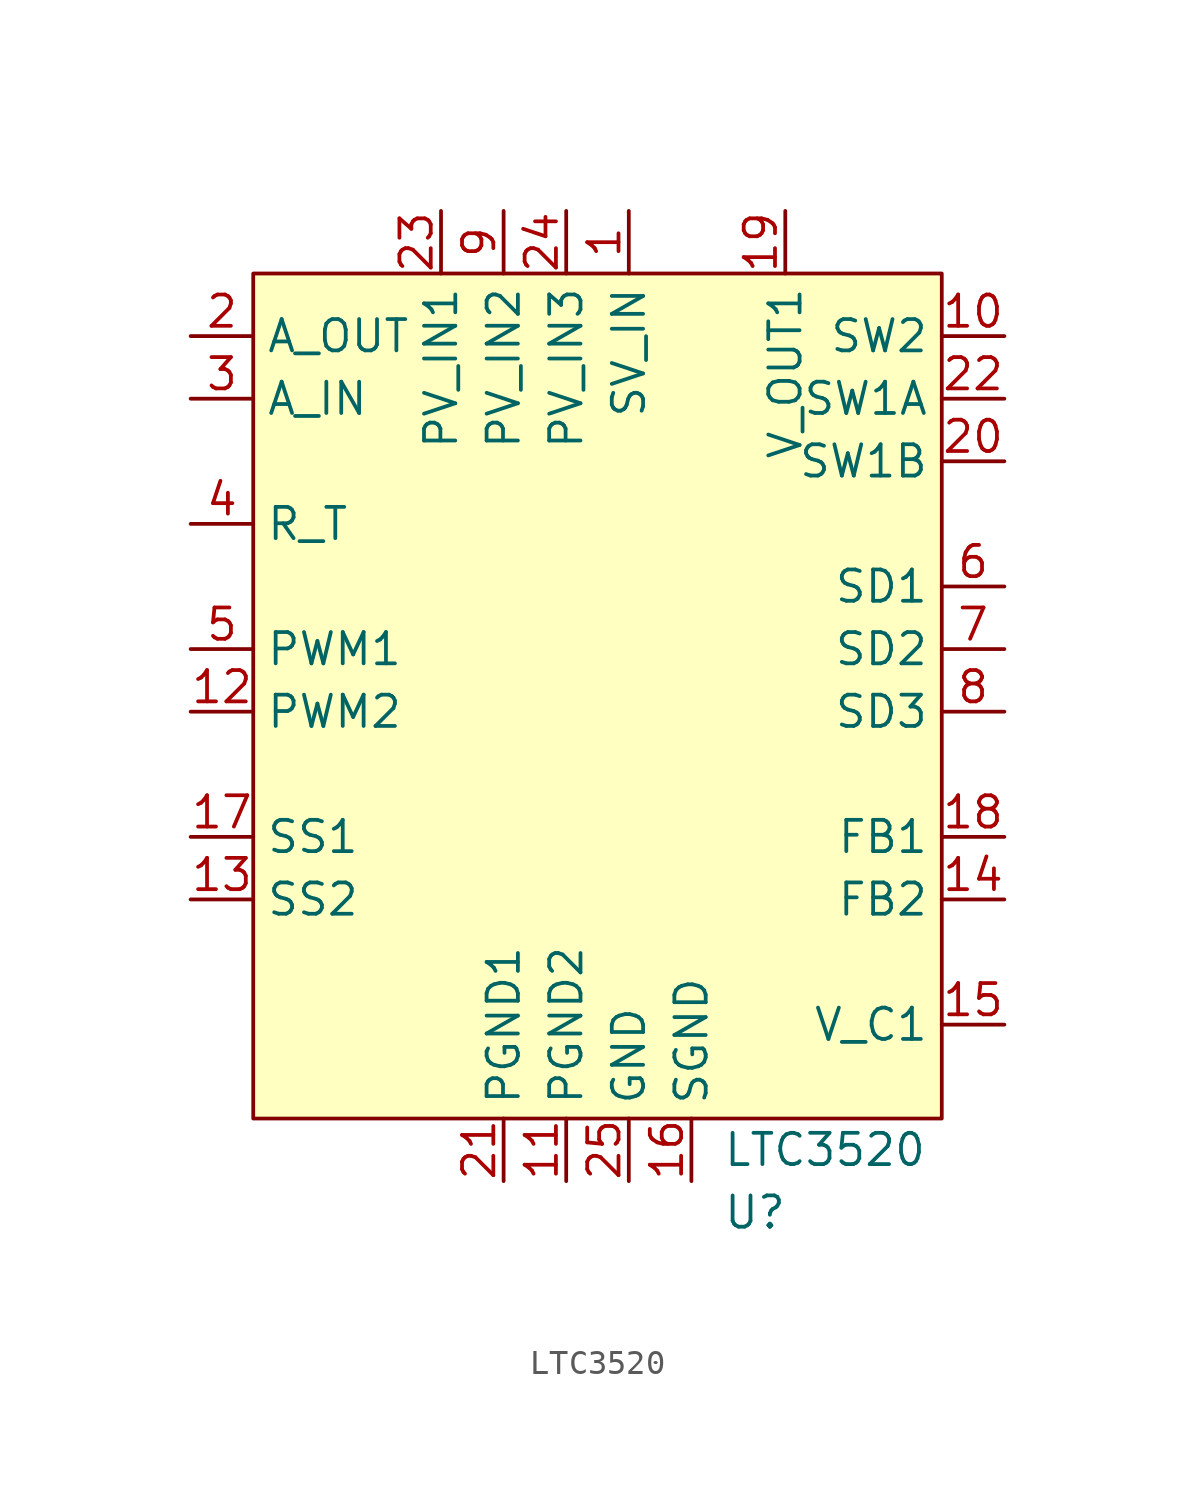
<source format=kicad_sym>
(kicad_symbol_lib
  (version 20220914)
  (generator kicad_symbol_editor)
  (symbol "LTC3520"
    (property "Reference" "U"
      (at 5.08 -38.1 0)
      (effects (font (size 1.27 1.27)) (justify left)))
    (property "Value" "LTC3520"
      (at 5.08 -35.56 0)
      (effects (font (size 1.27 1.27)) (justify left)))
    (property "populate" ""
      (at 0 0 0)
      (effects (font (size 1.27 1.27))))
    (symbol "LTC3520_0_1"
      (rectangle (start -13.97 0) (end 13.97 -34.29) (stroke (width 0) (type default)) (fill (type background))))
    (symbol "LTC3520_1_1"
      (pin power_in line (at 1.27 2.54 270) (length 2.54) (name "SV_IN" (effects (font (size 1.27 1.27)))) (number "1" (effects (font (size 1.27 1.27)))))
      (pin passive line (at 16.51 -2.54 180) (length 2.54) (name "SW2" (effects (font (size 1.27 1.27)))) (number "10" (effects (font (size 1.27 1.27)))))
      (pin passive line (at -1.27 -36.83 90) (length 2.54) (name "PGND2" (effects (font (size 1.27 1.27)))) (number "11" (effects (font (size 1.27 1.27)))))
      (pin passive line (at -16.51 -17.78 0) (length 2.54) (name "PWM2" (effects (font (size 1.27 1.27)))) (number "12" (effects (font (size 1.27 1.27)))))
      (pin passive line (at -16.51 -25.4 0) (length 2.54) (name "SS2" (effects (font (size 1.27 1.27)))) (number "13" (effects (font (size 1.27 1.27)))))
      (pin passive line (at 16.51 -25.4 180) (length 2.54) (name "FB2" (effects (font (size 1.27 1.27)))) (number "14" (effects (font (size 1.27 1.27)))))
      (pin passive line (at 16.51 -30.48 180) (length 2.54) (name "V_C1" (effects (font (size 1.27 1.27)))) (number "15" (effects (font (size 1.27 1.27)))))
      (pin passive line (at 3.81 -36.83 90) (length 2.54) (name "SGND" (effects (font (size 1.27 1.27)))) (number "16" (effects (font (size 1.27 1.27)))))
      (pin passive line (at -16.51 -22.86 0) (length 2.54) (name "SS1" (effects (font (size 1.27 1.27)))) (number "17" (effects (font (size 1.27 1.27)))))
      (pin passive line (at 16.51 -22.86 180) (length 2.54) (name "FB1" (effects (font (size 1.27 1.27)))) (number "18" (effects (font (size 1.27 1.27)))))
      (pin power_out line (at 7.62 2.54 270) (length 2.54) (name "V_OUT1" (effects (font (size 1.27 1.27)))) (number "19" (effects (font (size 1.27 1.27)))))
      (pin output line (at -16.51 -2.54 0) (length 2.54) (name "A_OUT" (effects (font (size 1.27 1.27)))) (number "2" (effects (font (size 1.27 1.27)))))
      (pin passive line (at 16.51 -7.62 180) (length 2.54) (name "SW1B" (effects (font (size 1.27 1.27)))) (number "20" (effects (font (size 1.27 1.27)))))
      (pin passive line (at -3.81 -36.83 90) (length 2.54) (name "PGND1" (effects (font (size 1.27 1.27)))) (number "21" (effects (font (size 1.27 1.27)))))
      (pin passive line (at 16.51 -5.08 180) (length 2.54) (name "SW1A" (effects (font (size 1.27 1.27)))) (number "22" (effects (font (size 1.27 1.27)))))
      (pin power_in line (at -6.35 2.54 270) (length 2.54) (name "PV_IN1" (effects (font (size 1.27 1.27)))) (number "23" (effects (font (size 1.27 1.27)))))
      (pin power_in line (at -1.27 2.54 270) (length 2.54) (name "PV_IN3" (effects (font (size 1.27 1.27)))) (number "24" (effects (font (size 1.27 1.27)))))
      (pin passive line (at 1.27 -36.83 90) (length 2.54) (name "GND" (effects (font (size 1.27 1.27)))) (number "25" (effects (font (size 1.27 1.27)))))
      (pin input line (at -16.51 -5.08 0) (length 2.54) (name "A_IN" (effects (font (size 1.27 1.27)))) (number "3" (effects (font (size 1.27 1.27)))))
      (pin passive line (at -16.51 -10.16 0) (length 2.54) (name "R_T" (effects (font (size 1.27 1.27)))) (number "4" (effects (font (size 1.27 1.27)))))
      (pin passive line (at -16.51 -15.24 0) (length 2.54) (name "PWM1" (effects (font (size 1.27 1.27)))) (number "5" (effects (font (size 1.27 1.27)))))
      (pin passive line (at 16.51 -12.7 180) (length 2.54) (name "SD1" (effects (font (size 1.27 1.27)))) (number "6" (effects (font (size 1.27 1.27)))))
      (pin passive line (at 16.51 -15.24 180) (length 2.54) (name "SD2" (effects (font (size 1.27 1.27)))) (number "7" (effects (font (size 1.27 1.27)))))
      (pin passive line (at 16.51 -17.78 180) (length 2.54) (name "SD3" (effects (font (size 1.27 1.27)))) (number "8" (effects (font (size 1.27 1.27)))))
      (pin power_in line (at -3.81 2.54 270) (length 2.54) (name "PV_IN2" (effects (font (size 1.27 1.27)))) (number "9" (effects (font (size 1.27 1.27))))))))
</source>
